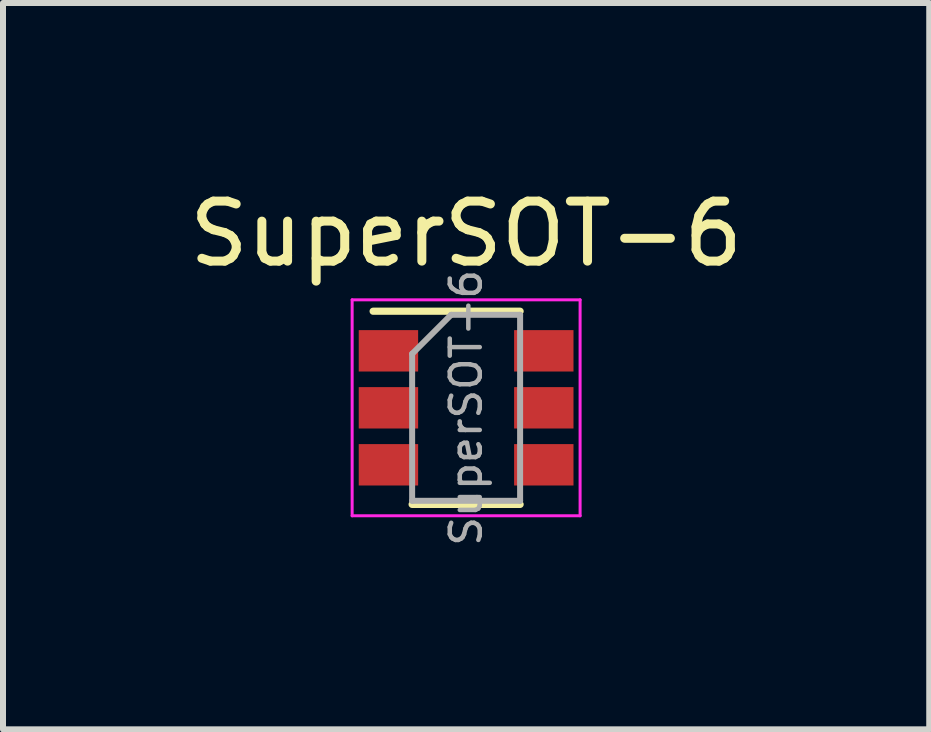
<source format=kicad_pcb>
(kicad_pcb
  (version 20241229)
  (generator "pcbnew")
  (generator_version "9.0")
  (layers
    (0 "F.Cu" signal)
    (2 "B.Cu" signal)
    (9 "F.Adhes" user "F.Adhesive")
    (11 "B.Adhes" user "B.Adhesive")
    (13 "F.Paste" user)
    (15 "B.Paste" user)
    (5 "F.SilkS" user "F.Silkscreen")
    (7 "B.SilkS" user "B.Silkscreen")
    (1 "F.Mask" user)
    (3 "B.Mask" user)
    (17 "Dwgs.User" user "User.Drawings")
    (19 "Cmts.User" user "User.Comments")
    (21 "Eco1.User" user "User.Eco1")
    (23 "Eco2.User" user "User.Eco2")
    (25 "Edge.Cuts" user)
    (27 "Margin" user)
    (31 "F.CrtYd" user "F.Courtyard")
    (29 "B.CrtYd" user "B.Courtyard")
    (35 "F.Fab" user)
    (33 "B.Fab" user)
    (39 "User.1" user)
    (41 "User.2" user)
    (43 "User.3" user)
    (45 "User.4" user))
  (footprint "SuperSOT-6"
    (layer "F.Cu")
    (at 4.72 3.748)
    (property "Reference" "SuperSOT-6" (at 0 -2.9 0) (layer "F.SilkS") (effects (font (size 1 1) (thickness 0.15))))
    (attr smd)
    (fp_line (start -0.9 1.61) (end 0.9 1.61) (stroke (width 0.12) (type solid)) (layer "F.SilkS"))
    (fp_line (start 0.9 -1.61) (end -1.55 -1.61) (stroke (width 0.12) (type solid)) (layer "F.SilkS"))
    (fp_line (start -1.9 -1.8) (end -1.9 1.8) (stroke (width 0.05) (type solid)) (layer "F.CrtYd"))
    (fp_line (start -1.9 1.8) (end 1.9 1.8) (stroke (width 0.05) (type solid)) (layer "F.CrtYd"))
    (fp_line (start 1.9 -1.8) (end -1.9 -1.8) (stroke (width 0.05) (type solid)) (layer "F.CrtYd"))
    (fp_line (start 1.9 1.8) (end 1.9 -1.8) (stroke (width 0.05) (type solid)) (layer "F.CrtYd"))
    (fp_line (start -0.9 -0.9) (end -0.9 1.55) (stroke (width 0.1) (type solid)) (layer "F.Fab"))
    (fp_line (start -0.9 -0.9) (end -0.25 -1.55) (stroke (width 0.1) (type solid)) (layer "F.Fab"))
    (fp_line (start 0.9 -1.55) (end -0.25 -1.55) (stroke (width 0.1) (type solid)) (layer "F.Fab"))
    (fp_line (start 0.9 -1.55) (end 0.9 1.55) (stroke (width 0.1) (type solid)) (layer "F.Fab"))
    (fp_line (start 0.9 1.55) (end -0.9 1.55) (stroke (width 0.1) (type solid)) (layer "F.Fab"))
    (fp_text user "${REFERENCE}" (at 0 0 90) (layer "F.Fab") (effects (font (size 0.5 0.5) (thickness 0.075))))
    (pad "1" smd rect (at -1.295 -0.95) (size 0.99 0.69) (layers "F.Cu" "F.Mask" "F.Paste"))
    (pad "2" smd rect (at -1.295 0) (size 0.99 0.69) (layers "F.Cu" "F.Mask" "F.Paste"))
    (pad "3" smd rect (at -1.295 0.95) (size 0.99 0.69) (layers "F.Cu" "F.Mask" "F.Paste"))
    (pad "4" smd rect (at 1.295 0.95) (size 0.99 0.69) (layers "F.Cu" "F.Mask" "F.Paste"))
    (pad "5" smd rect (at 1.295 0) (size 0.99 0.69) (layers "F.Cu" "F.Mask" "F.Paste"))
    (pad "6" smd rect (at 1.295 -0.95) (size 0.99 0.69) (layers "F.Cu" "F.Mask" "F.Paste")))
  (gr_rect
    (start -3 -3)
    (end 12.44 9.108)
    (stroke (width 0.1) (type default))
    (fill no)
    (layer "Edge.Cuts")))
</source>
